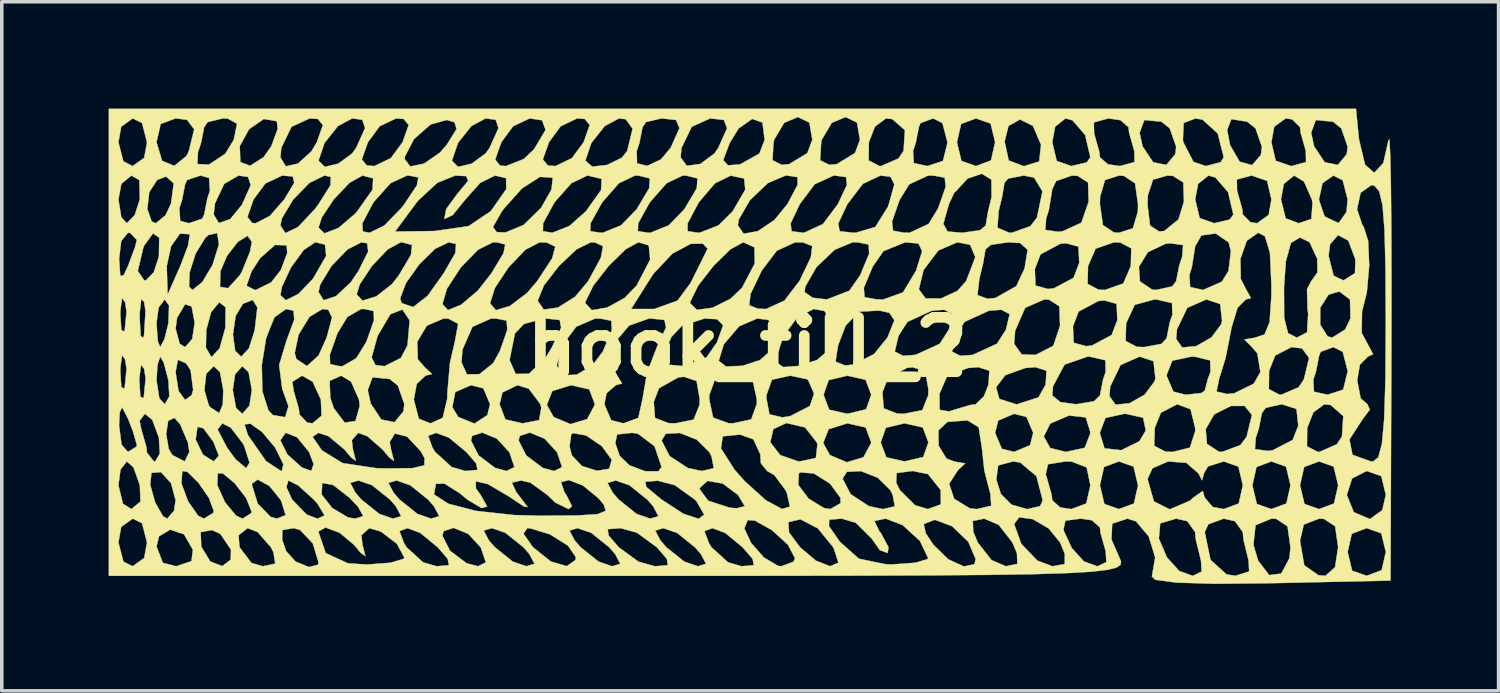
<source format=kicad_pcb>
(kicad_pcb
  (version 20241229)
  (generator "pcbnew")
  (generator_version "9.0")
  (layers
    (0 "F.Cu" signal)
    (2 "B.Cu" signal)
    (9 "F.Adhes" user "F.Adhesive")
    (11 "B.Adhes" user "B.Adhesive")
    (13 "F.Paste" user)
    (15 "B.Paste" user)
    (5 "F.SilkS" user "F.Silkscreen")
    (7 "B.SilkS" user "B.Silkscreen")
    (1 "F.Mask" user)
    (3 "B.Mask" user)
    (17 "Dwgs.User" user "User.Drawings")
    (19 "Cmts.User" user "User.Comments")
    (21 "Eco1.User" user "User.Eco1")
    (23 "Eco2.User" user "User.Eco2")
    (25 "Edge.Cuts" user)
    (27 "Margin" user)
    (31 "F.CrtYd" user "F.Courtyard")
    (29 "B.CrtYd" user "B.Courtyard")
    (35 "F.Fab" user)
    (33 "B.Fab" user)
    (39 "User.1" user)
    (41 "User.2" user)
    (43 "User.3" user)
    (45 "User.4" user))
  (footprint "hook_fill_2"
    (layer "F.Cu")
    (at 17.919 6.689)
    (property "Reference" "hook_fill_2" (at 0 0 0) (layer "F.SilkS") (effects (font (size 1.524 1.524) (thickness 0.3))))
    (attr through_hole)
    (fp_poly (pts (xy 17.161 -5.836) (xy 17.332 -5.118) (xy 17.59 -4.892) (xy 17.844 -5.163) (xy 17.988 -5.799) (xy 18.016 -5.826) (xy 18.04 -5.376) (xy 18.058 -4.506) (xy 18.07 -3.275) (xy 18.074 -1.74) (xy 18.072 -0.134) (xy 18.047 6.551) (xy 14.618 6.626) (xy 13.094 6.64) (xy 12.029 6.607) (xy 11.449 6.529) (xy 11.351 6.437) (xy 11.443 5.903) (xy 11.281 5.373) (xy 11.547 5.373) (xy 11.774 5.9) (xy 12.116 6.28) (xy 12.498 6.419) (xy 12.747 6.299) (xy 12.729 5.994) (xy 12.582 5.392) (xy 12.566 5.192) (xy 12.834 5.192) (xy 12.997 5.971) (xy 13.447 6.378) (xy 13.693 6.417) (xy 14.08 6.296) (xy 14.065 5.994) (xy 13.956 5.545) (xy 14.2 5.545) (xy 14.333 5.994) (xy 14.643 6.398) (xy 14.982 6.354) (xy 15.211 5.92) (xy 15.24 5.615) (xy 15.214 5.436) (xy 15.507 5.436) (xy 15.627 6.123) (xy 16.026 6.401) (xy 16.22 6.417) (xy 16.49 6.177) (xy 16.556 5.748) (xy 16.844 5.748) (xy 16.97 6.273) (xy 17.379 6.417) (xy 17.798 6.26) (xy 17.914 5.748) (xy 17.788 5.224) (xy 17.379 5.08) (xy 16.96 5.237) (xy 16.844 5.748) (xy 16.556 5.748) (xy 16.577 5.615) (xy 16.493 5.028) (xy 16.18 4.821) (xy 16.042 4.813) (xy 15.613 4.981) (xy 15.507 5.436) (xy 15.214 5.436) (xy 15.156 5.028) (xy 14.843 4.821) (xy 14.705 4.813) (xy 14.26 4.998) (xy 14.2 5.545) (xy 13.956 5.545) (xy 13.918 5.392) (xy 13.903 5.192) (xy 13.68 4.884) (xy 13.368 4.813) (xy 12.935 4.971) (xy 12.834 5.192) (xy 12.566 5.192) (xy 12.344 4.884) (xy 12.032 4.813) (xy 11.585 4.946) (xy 11.547 5.373) (xy 11.281 5.373) (xy 11.261 5.309) (xy 10.902 4.887) (xy 10.666 4.813) (xy 10.238 4.953) (xy 10.217 5.396) (xy 10.437 5.9) (xy 10.485 6.013) (xy 10.473 6.108) (xy 10.358 6.187) (xy 10.099 6.251) (xy 9.656 6.302) (xy 8.985 6.341) (xy 8.047 6.371) (xy 6.799 6.391) (xy 5.201 6.404) (xy 3.212 6.412) (xy 0.789 6.416) (xy -2.109 6.417) (xy -3.6 6.417) (xy -17.914 6.417) (xy -17.914 5.481) (xy -17.646 5.481) (xy -17.507 6.019) (xy -17.245 6.149) (xy -16.923 5.917) (xy -16.865 5.595) (xy -16.577 5.595) (xy -16.401 6.052) (xy -16.023 6.149) (xy -15.596 6.005) (xy -15.558 5.685) (xy -15.806 5.252) (xy -15.98 5.193) (xy -15.338 5.193) (xy -15.322 5.599) (xy -15.07 6.015) (xy -14.732 6.144) (xy -14.497 5.967) (xy -14.488 5.685) (xy -14.76 5.28) (xy -14.275 5.28) (xy -14.248 5.615) (xy -13.914 6.056) (xy -13.595 6.149) (xy -13.245 6.075) (xy -13.297 5.756) (xy -13.368 5.615) (xy -13.554 5.403) (xy -13.053 5.403) (xy -12.939 5.727) (xy -12.676 6.017) (xy -12.3 6.171) (xy -12.048 6.107) (xy -12.032 6.038) (xy -12.193 5.507) (xy -12.493 5.192) (xy -12.032 5.192) (xy -11.83 5.78) (xy -11.208 6.066) (xy -10.673 6.101) (xy -10.011 6.05) (xy -9.649 5.943) (xy -9.625 5.904) (xy -9.834 5.517) (xy -10.283 5.175) (xy -10.324 5.163) (xy -9.759 5.163) (xy -9.634 5.498) (xy -9.563 5.615) (xy -9.098 6.039) (xy -8.717 6.149) (xy -8.373 6.12) (xy -8.408 5.941) (xy -8.689 5.615) (xy -9.079 5.294) (xy -8.556 5.294) (xy -8.343 5.713) (xy -7.878 6.064) (xy -7.557 6.149) (xy -7.337 6.041) (xy -7.473 5.639) (xy -7.486 5.615) (xy -7.829 5.242) (xy -8.057 5.148) (xy -7.397 5.148) (xy -7.252 5.423) (xy -7.085 5.615) (xy -6.582 6.018) (xy -6.2 6.149) (xy -5.971 6.081) (xy -6.117 5.806) (xy -6.283 5.615) (xy -6.76 5.233) (xy -6.281 5.233) (xy -6.016 5.615) (xy -5.515 6.015) (xy -5.064 6.146) (xy -4.822 5.973) (xy -4.813 5.892) (xy -5.032 5.571) (xy -5.536 5.255) (xy -5.883 5.148) (xy -4.991 5.148) (xy -4.845 5.423) (xy -4.679 5.615) (xy -4.175 6.018) (xy -3.794 6.149) (xy -3.565 6.081) (xy -3.71 5.806) (xy -3.877 5.615) (xy -4.38 5.211) (xy -4.677 5.109) (xy -3.919 5.109) (xy -3.891 5.287) (xy -3.609 5.615) (xy -3.052 6.022) (xy -2.591 6.149) (xy -2.23 6.12) (xy -2.258 5.942) (xy -2.54 5.615) (xy -3.098 5.207) (xy -3.313 5.148) (xy -2.585 5.148) (xy -2.439 5.423) (xy -2.273 5.615) (xy -1.769 6.018) (xy -1.388 6.149) (xy -1.158 6.081) (xy -1.304 5.806) (xy -1.471 5.615) (xy -1.974 5.211) (xy -2.116 5.163) (xy -1.203 5.163) (xy -1.078 5.498) (xy -1.007 5.615) (xy -0.542 6.039) (xy -0.162 6.149) (xy 0.182 6.12) (xy 0.148 5.941) (xy -0.134 5.615) (xy -0.622 5.213) (xy -0.954 5.089) (xy -0.084 5.089) (xy 0.107 5.496) (xy 0.463 5.902) (xy 0.859 6.137) (xy 0.951 6.149) (xy 1.297 6.023) (xy 1.337 5.924) (xy 1.139 5.547) (xy 0.693 5.137) (xy 0.291 4.912) (xy 1.149 4.912) (xy 1.172 5.203) (xy 1.483 5.619) (xy 1.922 5.991) (xy 2.323 6.149) (xy 2.554 6.05) (xy 2.434 5.667) (xy 2.398 5.6) (xy 1.977 5.085) (xy 1.86 5.024) (xy 2.292 5.024) (xy 2.594 5.46) (xy 3.129 5.937) (xy 3.89 6.095) (xy 4.077 6.097) (xy 4.72 6.05) (xy 5.057 5.948) (xy 5.071 5.917) (xy 4.841 5.436) (xy 4.354 4.992) (xy 4.289 4.967) (xy 4.95 4.967) (xy 5.007 5.225) (xy 5.222 5.548) (xy 5.635 5.952) (xy 6.076 6.154) (xy 6.37 6.094) (xy 6.408 5.949) (xy 6.198 5.461) (xy 5.748 5.028) (xy 5.357 4.879) (xy 6.327 4.879) (xy 6.339 5.179) (xy 6.465 5.481) (xy 6.852 5.977) (xy 7.256 6.149) (xy 7.577 6.083) (xy 7.564 5.783) (xy 7.438 5.481) (xy 7.051 4.985) (xy 7.001 4.964) (xy 7.486 4.964) (xy 7.685 5.518) (xy 8.137 5.99) (xy 8.559 6.149) (xy 8.906 6.088) (xy 8.907 5.801) (xy 8.775 5.481) (xy 8.487 5.128) (xy 8.868 5.128) (xy 9.1 5.632) (xy 9.443 6.013) (xy 9.825 6.152) (xy 10.073 6.032) (xy 10.055 5.727) (xy 9.911 5.217) (xy 9.893 5.058) (xy 9.669 4.859) (xy 9.358 4.813) (xy 8.925 4.87) (xy 8.868 5.128) (xy 8.487 5.128) (xy 8.454 5.088) (xy 8.011 4.828) (xy 7.628 4.775) (xy 7.486 4.964) (xy 7.001 4.964) (xy 6.647 4.813) (xy 6.327 4.879) (xy 5.357 4.879) (xy 5.279 4.85) (xy 5.227 4.856) (xy 4.95 4.967) (xy 4.289 4.967) (xy 3.881 4.813) (xy 3.567 4.878) (xy 3.699 5.159) (xy 3.749 5.22) (xy 3.961 5.618) (xy 3.937 5.778) (xy 3.717 5.695) (xy 3.488 5.37) (xy 3.044 4.93) (xy 2.652 4.813) (xy 2.297 4.842) (xy 2.292 5.024) (xy 1.86 5.024) (xy 1.49 4.832) (xy 1.149 4.912) (xy 0.291 4.912) (xy 0.218 4.871) (xy 0.011 4.853) (xy -0.084 5.089) (xy -0.954 5.089) (xy -0.979 5.08) (xy -1.203 5.163) (xy -2.116 5.163) (xy -2.356 5.08) (xy -2.585 5.148) (xy -3.313 5.148) (xy -3.559 5.08) (xy -3.919 5.109) (xy -4.677 5.109) (xy -4.762 5.08) (xy -4.991 5.148) (xy -5.883 5.148) (xy -6.089 5.085) (xy -6.173 5.08) (xy -6.281 5.233) (xy -6.76 5.233) (xy -6.787 5.211) (xy -7.168 5.08) (xy -7.397 5.148) (xy -8.057 5.148) (xy -8.241 5.072) (xy -8.523 5.165) (xy -8.556 5.294) (xy -9.079 5.294) (xy -9.178 5.213) (xy -9.535 5.08) (xy -9.759 5.163) (xy -10.324 5.163) (xy -10.606 5.08) (xy -10.829 5.279) (xy -10.798 5.548) (xy -10.716 5.867) (xy -10.851 5.769) (xy -11.037 5.548) (xy -11.437 5.211) (xy -11.835 5.062) (xy -12.031 5.173) (xy -12.032 5.192) (xy -12.493 5.192) (xy -12.552 5.13) (xy -12.729 5.08) (xy -13.045 5.132) (xy -13.053 5.403) (xy -13.554 5.403) (xy -13.741 5.189) (xy -14.021 5.08) (xy -14.275 5.28) (xy -14.76 5.28) (xy -14.786 5.241) (xy -15.022 5.134) (xy -15.338 5.193) (xy -15.98 5.193) (xy -16.192 5.121) (xy -16.507 5.309) (xy -16.577 5.595) (xy -16.865 5.595) (xy -16.844 5.481) (xy -16.984 4.943) (xy -17.245 4.813) (xy -17.568 5.045) (xy -17.646 5.481) (xy -17.914 5.481) (xy -17.914 3.877) (xy -17.646 3.877) (xy -17.52 4.394) (xy -17.282 4.545) (xy -17.028 4.334) (xy -17.046 3.877) (xy -17.052 3.859) (xy -16.755 3.859) (xy -16.616 4.357) (xy -16.395 4.745) (xy -16.278 4.813) (xy -16.084 4.589) (xy -16.042 4.294) (xy -16.17 3.824) (xy -15.879 3.824) (xy -15.691 4.329) (xy -15.41 4.731) (xy -15.249 4.813) (xy -14.982 4.651) (xy -14.973 4.596) (xy -15.106 4.233) (xy -15.357 3.87) (xy -14.873 3.87) (xy -14.658 4.348) (xy -14.344 4.731) (xy -14.161 4.813) (xy -13.916 4.655) (xy -13.912 4.612) (xy -14.065 4.233) (xy -14.357 3.855) (xy -13.903 3.855) (xy -13.739 4.39) (xy -13.373 4.765) (xy -13.197 4.813) (xy -12.955 4.713) (xy -13.073 4.33) (xy -13.101 4.278) (xy -13.384 3.929) (xy -12.934 3.929) (xy -12.772 4.278) (xy -12.363 4.699) (xy -12.06 4.813) (xy -11.861 4.725) (xy -12.054 4.404) (xy -12.165 4.278) (xy -12.321 4.136) (xy -11.944 4.136) (xy -11.647 4.515) (xy -11.203 4.779) (xy -11.004 4.813) (xy -10.776 4.743) (xy -10.926 4.475) (xy -11.163 4.226) (xy -11.62 3.87) (xy -11.921 3.812) (xy -11.929 3.818) (xy -11.944 4.136) (xy -12.321 4.136) (xy -12.602 3.88) (xy -12.74 3.811) (xy -11.141 3.811) (xy -10.995 4.086) (xy -10.828 4.278) (xy -10.325 4.681) (xy -9.943 4.813) (xy -9.714 4.745) (xy -9.86 4.469) (xy -10.026 4.278) (xy -10.53 3.875) (xy -10.714 3.811) (xy -10.071 3.811) (xy -9.925 4.086) (xy -9.759 4.278) (xy -9.255 4.681) (xy -8.874 4.813) (xy -8.645 4.745) (xy -8.79 4.469) (xy -8.957 4.278) (xy -9.137 4.134) (xy -8.791 4.134) (xy -8.389 4.395) (xy -7.612 4.596) (xy -6.539 4.713) (xy -5.837 4.731) (xy -4.796 4.725) (xy -4.204 4.688) (xy -3.975 4.595) (xy -4.026 4.421) (xy -4.181 4.237) (xy -4.615 3.883) (xy -4.8 3.811) (xy -3.922 3.811) (xy -3.776 4.086) (xy -3.609 4.278) (xy -3.106 4.681) (xy -2.724 4.813) (xy -2.495 4.745) (xy -2.641 4.469) (xy -2.807 4.278) (xy -3.311 3.875) (xy -3.589 3.779) (xy -2.866 3.779) (xy -2.831 3.926) (xy -2.406 4.278) (xy -1.794 4.676) (xy -1.365 4.818) (xy -1.21 4.703) (xy -1.423 4.332) (xy -1.471 4.278) (xy -1.876 3.988) (xy -1.337 3.988) (xy -1.099 4.309) (xy -0.498 4.505) (xy -0.301 4.524) (xy -0.073 4.465) (xy -0.251 4.164) (xy -0.267 4.144) (xy -0.692 3.828) (xy -1.117 3.754) (xy -1.335 3.952) (xy -1.337 3.988) (xy -1.876 3.988) (xy -2.038 3.872) (xy -2.515 3.749) (xy -2.866 3.779) (xy -3.589 3.779) (xy -3.692 3.743) (xy -3.922 3.811) (xy -4.8 3.811) (xy -5.01 3.73) (xy -5.227 3.792) (xy -5.128 4.083) (xy -5.08 4.144) (xy -4.92 4.467) (xy -5.015 4.545) (xy -5.392 4.361) (xy -5.615 4.144) (xy -6.087 3.804) (xy -6.349 3.743) (xy -6.607 3.804) (xy -6.478 4.077) (xy -6.383 4.198) (xy -6.164 4.489) (xy -6.268 4.472) (xy -6.677 4.198) (xy -7.282 3.843) (xy -7.619 3.765) (xy -7.614 3.967) (xy -7.486 4.144) (xy -7.298 4.474) (xy -7.455 4.517) (xy -7.854 4.281) (xy -8.068 4.101) (xy -8.501 3.828) (xy -8.738 3.837) (xy -8.791 4.134) (xy -9.137 4.134) (xy -9.46 3.875) (xy -9.842 3.743) (xy -10.071 3.811) (xy -10.714 3.811) (xy -10.911 3.743) (xy -11.141 3.811) (xy -12.74 3.811) (xy -12.877 3.743) (xy -12.934 3.929) (xy -13.384 3.929) (xy -13.411 3.896) (xy -13.739 3.717) (xy -13.902 3.836) (xy -13.903 3.855) (xy -14.357 3.855) (xy -14.388 3.815) (xy -14.717 3.544) (xy -14.858 3.539) (xy -14.873 3.87) (xy -15.357 3.87) (xy -15.404 3.803) (xy -15.712 3.501) (xy -15.855 3.476) (xy -15.879 3.824) (xy -16.17 3.824) (xy -16.171 3.817) (xy -16.454 3.508) (xy -16.718 3.528) (xy -16.755 3.859) (xy -17.052 3.859) (xy -17.223 3.375) (xy -17.41 3.208) (xy -17.588 3.437) (xy -17.646 3.877) (xy -17.914 3.877) (xy -17.914 2.206) (xy -17.628 2.206) (xy -17.557 2.739) (xy -17.379 2.941) (xy -17.134 2.789) (xy -17.13 2.741) (xy -17.242 2.354) (xy -17.354 2.069) (xy -17.052 2.069) (xy -17.006 2.294) (xy -16.862 2.804) (xy -16.844 2.963) (xy -16.655 3.204) (xy -16.614 3.208) (xy -16.485 2.986) (xy -16.511 2.54) (xy -16.55 2.437) (xy -16.307 2.437) (xy -16.235 2.858) (xy -16.131 3.03) (xy -15.786 3.207) (xy -15.657 2.939) (xy -15.698 2.67) (xy -15.731 2.594) (xy -15.479 2.594) (xy -15.275 3.016) (xy -14.972 3.208) (xy -14.829 3.047) (xy -14.985 2.651) (xy -15.237 2.312) (xy -14.863 2.312) (xy -14.594 2.827) (xy -14.358 3.148) (xy -14.063 3.399) (xy -13.968 3.241) (xy -14.117 2.776) (xy -14.158 2.697) (xy -14.494 2.262) (xy -14.673 2.169) (xy -14.109 2.169) (xy -14.011 2.473) (xy -13.504 3.199) (xy -13.084 3.475) (xy -13.062 3.476) (xy -13.018 3.288) (xy -13.243 2.832) (xy -13.259 2.807) (xy -13.416 2.62) (xy -13.101 2.62) (xy -12.907 3.009) (xy -12.502 3.375) (xy -12.236 3.476) (xy -12.168 3.282) (xy -12.299 2.941) (xy -12.631 2.533) (xy -12.663 2.519) (xy -12.199 2.519) (xy -11.94 2.894) (xy -11.937 2.898) (xy -11.356 3.255) (xy -10.399 3.399) (xy -10.173 3.405) (xy -9.401 3.397) (xy -9.063 3.318) (xy -9.055 3.118) (xy -9.17 2.913) (xy -9.55 2.51) (xy -9.634 2.489) (xy -8.957 2.489) (xy -8.832 2.824) (xy -8.761 2.941) (xy -8.296 3.365) (xy -7.915 3.476) (xy -7.571 3.446) (xy -7.606 3.267) (xy -7.887 2.941) (xy -8.277 2.62) (xy -7.754 2.62) (xy -7.541 3.039) (xy -7.076 3.39) (xy -6.755 3.476) (xy -6.535 3.367) (xy -6.671 2.966) (xy -6.684 2.941) (xy -6.98 2.62) (xy -6.417 2.62) (xy -6.204 3.039) (xy -5.739 3.39) (xy -5.418 3.476) (xy -5.198 3.367) (xy -5.334 2.966) (xy -5.347 2.941) (xy -5.486 2.79) (xy -4.989 2.79) (xy -4.924 3.036) (xy -4.642 3.336) (xy -4.223 3.469) (xy -3.876 3.414) (xy -3.804 3.161) (xy -4.084 2.777) (xy -4.201 2.698) (xy -3.704 2.698) (xy -3.581 3.053) (xy -3.306 3.318) (xy -2.866 3.483) (xy -2.497 3.484) (xy -2.406 3.364) (xy -2.605 2.779) (xy -2.817 2.62) (xy -2.406 2.62) (xy -2.181 3.058) (xy -1.665 3.395) (xy -1.274 3.476) (xy -0.942 3.398) (xy -1.003 3.072) (xy -1.069 2.941) (xy -1.173 2.839) (xy -0.741 2.839) (xy -0.359 3.439) (xy -0.068 3.767) (xy 0.523 4.299) (xy 0.973 4.542) (xy 1.196 4.476) (xy 1.107 4.085) (xy 1.069 4.011) (xy 0.961 3.865) (xy 1.429 3.865) (xy 1.719 4.251) (xy 2.149 4.515) (xy 2.328 4.545) (xy 2.616 4.38) (xy 2.613 4.23) (xy 2.319 3.829) (xy 2.097 3.69) (xy 2.674 3.69) (xy 2.899 4.127) (xy 3.415 4.464) (xy 3.806 4.545) (xy 4.138 4.468) (xy 4.077 4.141) (xy 4.011 4.011) (xy 3.799 3.802) (xy 4.176 3.802) (xy 4.278 4.011) (xy 4.708 4.438) (xy 5.064 4.545) (xy 5.43 4.412) (xy 5.425 4.011) (xy 5.068 3.562) (xy 4.638 3.476) (xy 4.189 3.534) (xy 4.176 3.802) (xy 3.799 3.802) (xy 3.662 3.667) (xy 3.187 3.48) (xy 2.793 3.499) (xy 2.674 3.69) (xy 2.097 3.69) (xy 1.867 3.546) (xy 1.488 3.515) (xy 1.445 3.546) (xy 1.429 3.865) (xy 0.961 3.865) (xy 0.755 3.588) (xy 0.555 3.476) (xy 0.379 3.257) (xy 0.364 3.008) (xy 0.208 2.67) (xy 0.644 2.67) (xy 0.924 3.031) (xy 1.431 3.207) (xy 1.474 3.208) (xy 1.922 3.111) (xy 1.965 2.739) (xy 1.953 2.69) (xy 2.129 2.69) (xy 2.317 3.03) (xy 2.792 3.231) (xy 3.259 3.09) (xy 3.476 2.684) (xy 3.476 2.674) (xy 3.743 2.674) (xy 3.9 3.093) (xy 4.412 3.208) (xy 4.936 3.083) (xy 5.08 2.674) (xy 4.954 2.337) (xy 5.361 2.337) (xy 5.367 2.763) (xy 5.587 3.127) (xy 5.815 3.213) (xy 6.115 3.263) (xy 5.912 3.451) (xy 5.91 3.453) (xy 5.662 3.836) (xy 5.804 4.257) (xy 6.243 4.524) (xy 6.437 4.545) (xy 6.843 4.452) (xy 6.819 4.103) (xy 6.808 4.077) (xy 6.715 3.716) (xy 6.986 3.716) (xy 7.114 4.122) (xy 7.41 4.42) (xy 7.855 4.546) (xy 8.213 4.463) (xy 8.288 4.3) (xy 8.11 3.618) (xy 8.054 3.572) (xy 8.373 3.572) (xy 8.393 3.631) (xy 8.538 4.141) (xy 8.556 4.3) (xy 8.78 4.499) (xy 9.091 4.545) (xy 9.51 4.389) (xy 9.625 3.877) (xy 9.893 3.877) (xy 10.018 4.401) (xy 10.427 4.545) (xy 10.847 4.389) (xy 10.962 3.877) (xy 10.919 3.699) (xy 11.229 3.699) (xy 11.408 4.329) (xy 11.852 4.552) (xy 12.419 4.311) (xy 12.513 4.224) (xy 12.778 4.038) (xy 12.834 4.224) (xy 13.057 4.485) (xy 13.368 4.545) (xy 13.788 4.389) (xy 13.903 3.877) (xy 14.171 3.877) (xy 14.296 4.401) (xy 14.705 4.545) (xy 15.125 4.389) (xy 15.24 3.877) (xy 15.507 3.877) (xy 15.633 4.401) (xy 16.042 4.545) (xy 16.461 4.389) (xy 16.515 4.15) (xy 16.821 4.15) (xy 17.015 4.627) (xy 17.022 4.634) (xy 17.469 4.825) (xy 17.816 4.574) (xy 17.914 4.144) (xy 17.788 3.62) (xy 17.379 3.476) (xy 16.968 3.685) (xy 16.821 4.15) (xy 16.515 4.15) (xy 16.577 3.877) (xy 16.452 3.353) (xy 16.042 3.208) (xy 15.623 3.365) (xy 15.507 3.877) (xy 15.24 3.877) (xy 15.115 3.353) (xy 14.705 3.208) (xy 14.286 3.365) (xy 14.171 3.877) (xy 13.903 3.877) (xy 13.778 3.353) (xy 13.368 3.208) (xy 12.924 3.349) (xy 12.813 3.543) (xy 12.759 3.74) (xy 12.657 3.543) (xy 12.317 3.247) (xy 11.807 3.209) (xy 11.368 3.4) (xy 11.229 3.699) (xy 10.919 3.699) (xy 10.837 3.353) (xy 10.427 3.208) (xy 10.008 3.365) (xy 9.893 3.877) (xy 9.625 3.877) (xy 9.521 3.375) (xy 9.101 3.214) (xy 8.928 3.208) (xy 8.435 3.288) (xy 8.373 3.572) (xy 8.054 3.572) (xy 7.657 3.239) (xy 7.458 3.208) (xy 7.038 3.32) (xy 6.986 3.716) (xy 6.715 3.716) (xy 6.65 3.466) (xy 6.579 2.807) (xy 6.516 2.406) (xy 6.952 2.406) (xy 7.141 2.853) (xy 7.486 2.941) (xy 7.933 2.752) (xy 7.995 2.509) (xy 8.318 2.509) (xy 8.499 2.831) (xy 8.937 2.941) (xy 9.468 2.826) (xy 9.621 2.425) (xy 9.893 2.425) (xy 10.021 2.84) (xy 10.489 2.893) (xy 10.491 2.893) (xy 10.742 2.769) (xy 11.417 2.769) (xy 11.73 2.933) (xy 11.935 2.941) (xy 12.418 2.821) (xy 12.565 2.363) (xy 12.566 2.303) (xy 12.862 2.303) (xy 12.896 2.715) (xy 13.234 2.936) (xy 13.321 2.941) (xy 13.532 2.863) (xy 14.243 2.863) (xy 14.607 2.913) (xy 14.734 2.898) (xy 14.957 2.783) (xy 15.703 2.783) (xy 16.005 2.94) (xy 16.051 2.941) (xy 16.537 2.729) (xy 16.63 2.593) (xy 16.895 2.593) (xy 16.979 3.021) (xy 17.493 3.207) (xy 17.557 3.208) (xy 17.702 3.098) (xy 17.804 2.723) (xy 17.869 2.016) (xy 17.904 0.908) (xy 17.914 -0.666) (xy 17.914 -0.668) (xy 17.906 -2.208) (xy 17.878 -3.289) (xy 17.822 -3.986) (xy 17.729 -4.375) (xy 17.593 -4.531) (xy 17.513 -4.545) (xy 17.209 -4.333) (xy 17.107 -3.87) (xy 17.258 -3.421) (xy 17.29 -3.387) (xy 17.419 -2.983) (xy 17.449 -2.286) (xy 17.382 -1.531) (xy 17.247 -0.999) (xy 17.239 -0.398) (xy 17.382 -0.13) (xy 17.559 0.199) (xy 17.412 0.267) (xy 17.186 0.496) (xy 17.112 0.936) (xy 17.21 1.438) (xy 17.398 1.604) (xy 17.467 1.754) (xy 17.264 2.024) (xy 16.895 2.593) (xy 16.63 2.593) (xy 16.683 2.516) (xy 16.721 1.935) (xy 16.368 1.625) (xy 16.191 1.604) (xy 15.881 1.833) (xy 15.709 2.273) (xy 15.703 2.783) (xy 14.957 2.783) (xy 15.3 2.607) (xy 15.459 2.206) (xy 15.408 1.735) (xy 14.998 1.604) (xy 14.991 1.604) (xy 14.547 1.704) (xy 14.438 1.85) (xy 14.35 2.294) (xy 14.267 2.542) (xy 14.243 2.863) (xy 13.532 2.863) (xy 13.832 2.751) (xy 14.008 2.518) (xy 14.158 1.904) (xy 13.954 1.65) (xy 13.569 1.652) (xy 13.099 1.887) (xy 12.862 2.303) (xy 12.566 2.303) (xy 12.566 2.273) (xy 12.435 1.742) (xy 12.063 1.604) (xy 11.603 1.842) (xy 11.431 2.273) (xy 11.417 2.769) (xy 10.742 2.769) (xy 11.001 2.642) (xy 11.18 2.339) (xy 11.104 1.981) (xy 10.621 1.872) (xy 10.581 1.872) (xy 10.05 1.986) (xy 9.893 2.397) (xy 9.893 2.425) (xy 9.621 2.425) (xy 9.625 2.415) (xy 9.625 2.388) (xy 9.497 1.972) (xy 9.029 1.919) (xy 9.026 1.92) (xy 8.499 2.146) (xy 8.318 2.509) (xy 7.995 2.509) (xy 8.021 2.406) (xy 7.832 1.959) (xy 7.486 1.872) (xy 7.039 2.061) (xy 6.952 2.406) (xy 6.516 2.406) (xy 6.491 2.249) (xy 6.179 2.057) (xy 5.615 2.099) (xy 5.361 2.337) (xy 4.954 2.337) (xy 4.923 2.254) (xy 4.412 2.139) (xy 3.887 2.264) (xy 3.743 2.674) (xy 3.476 2.674) (xy 3.319 2.254) (xy 2.807 2.139) (xy 2.281 2.304) (xy 2.129 2.69) (xy 1.953 2.69) (xy 1.949 2.674) (xy 1.621 2.254) (xy 1.099 2.131) (xy 0.731 2.299) (xy 0.644 2.67) (xy 0.208 2.67) (xy 0.17 2.588) (xy -0.201 2.455) (xy -0.689 2.504) (xy -0.741 2.839) (xy -1.173 2.839) (xy -1.418 2.597) (xy -1.893 2.41) (xy -2.287 2.43) (xy -2.406 2.62) (xy -2.817 2.62) (xy -3.071 2.43) (xy -3.237 2.406) (xy -3.654 2.45) (xy -3.704 2.698) (xy -4.201 2.698) (xy -4.522 2.48) (xy -4.89 2.413) (xy -4.94 2.444) (xy -4.989 2.79) (xy -5.486 2.79) (xy -5.69 2.568) (xy -6.102 2.399) (xy -6.384 2.491) (xy -6.417 2.62) (xy -6.98 2.62) (xy -7.027 2.568) (xy -7.439 2.399) (xy -7.721 2.491) (xy -7.754 2.62) (xy -8.277 2.62) (xy -8.375 2.539) (xy -8.733 2.406) (xy -8.957 2.489) (xy -9.634 2.489) (xy -9.89 2.424) (xy -10.034 2.663) (xy -9.996 2.874) (xy -9.914 3.194) (xy -10.049 3.095) (xy -10.234 2.874) (xy -10.661 2.501) (xy -10.916 2.406) (xy -11.097 2.611) (xy -11.066 2.874) (xy -10.983 3.194) (xy -11.118 3.095) (xy -11.304 2.874) (xy -11.753 2.499) (xy -12.036 2.406) (xy -12.199 2.519) (xy -12.663 2.519) (xy -12.953 2.401) (xy -13.101 2.613) (xy -13.101 2.62) (xy -13.416 2.62) (xy -13.616 2.381) (xy -13.94 2.15) (xy -14.109 2.169) (xy -14.673 2.169) (xy -14.73 2.139) (xy -14.863 2.312) (xy -15.237 2.312) (xy -15.264 2.277) (xy -15.428 2.238) (xy -15.479 2.594) (xy -15.731 2.594) (xy -15.917 2.162) (xy -16.074 1.985) (xy -16.249 2.067) (xy -16.307 2.437) (xy -16.55 2.437) (xy -16.698 2.038) (xy -16.904 1.872) (xy -17.052 2.069) (xy -17.354 2.069) (xy -17.379 2.005) (xy -17.543 1.688) (xy -17.611 1.836) (xy -17.628 2.206) (xy -17.914 2.206) (xy -17.914 0.668) (xy -17.594 0.668) (xy -17.565 1.125) (xy -17.482 1.165) (xy -17.471 1.141) (xy -17.45 0.936) (xy -17.059 0.936) (xy -17.031 1.392) (xy -16.947 1.433) (xy -16.936 1.409) (xy -16.889 0.936) (xy -16.577 0.936) (xy -16.498 1.438) (xy -16.347 1.604) (xy -16.218 1.382) (xy -16.244 0.936) (xy -16.304 0.704) (xy -16.042 0.704) (xy -15.959 1.233) (xy -15.775 1.482) (xy -15.593 1.35) (xy -15.551 1.206) (xy -15.234 1.206) (xy -15.109 1.635) (xy -15.062 1.693) (xy -14.817 1.852) (xy -14.718 1.605) (xy -14.705 1.203) (xy -14.438 1.203) (xy -14.346 1.706) (xy -14.171 1.872) (xy -13.97 1.643) (xy -13.903 1.203) (xy -13.995 0.701) (xy -14.171 0.535) (xy -14.372 0.764) (xy -14.438 1.203) (xy -14.705 1.203) (xy -14.797 0.701) (xy -14.973 0.535) (xy -15.182 0.748) (xy -15.234 1.206) (xy -15.551 1.206) (xy -15.549 1.199) (xy -15.622 0.647) (xy -15.718 0.501) (xy -13.623 0.501) (xy -13.608 1.239) (xy -13.435 1.782) (xy -13.309 1.909) (xy -12.967 1.965) (xy -12.876 1.657) (xy -13.05 1.17) (xy -13.076 0.973) (xy -12.766 0.973) (xy -12.729 1.225) (xy -12.584 1.734) (xy -12.566 1.893) (xy -12.352 2.117) (xy -12.202 2.139) (xy -11.948 1.928) (xy -11.966 1.471) (xy -12.199 0.968) (xy -12.235 0.948) (xy -11.721 0.948) (xy -11.7 1.427) (xy -11.602 1.716) (xy -11.298 2.118) (xy -10.997 2.075) (xy -10.875 1.648) (xy -10.897 1.471) (xy -11.015 1.205) (xy -10.65 1.205) (xy -10.567 1.584) (xy -10.269 2.033) (xy -9.9 2.107) (xy -9.65 1.806) (xy -9.625 1.596) (xy -9.669 1.471) (xy -9.358 1.471) (xy -9.217 2.011) (xy -8.89 2.139) (xy -8.548 1.986) (xy -8.477 1.687) (xy -8.277 1.687) (xy -8.11 1.961) (xy -7.657 2.145) (xy -7.296 1.911) (xy -7.219 1.604) (xy -6.952 1.604) (xy -6.788 2.029) (xy -6.308 2.139) (xy -5.843 2.05) (xy -5.782 1.703) (xy -5.801 1.62) (xy -5.625 1.62) (xy -5.436 1.961) (xy -4.962 2.161) (xy -4.495 2.021) (xy -4.278 1.614) (xy -4.278 1.604) (xy -4.011 1.604) (xy -3.821 2.051) (xy -3.476 2.139) (xy -3.059 1.986) (xy -2.959 1.537) (xy -2.625 1.537) (xy -2.59 1.987) (xy -2.208 2.134) (xy -2.024 2.139) (xy -1.507 2.036) (xy -1.342 1.622) (xy -1.337 1.471) (xy -1.069 1.471) (xy -0.959 1.979) (xy -0.524 2.136) (xy -0.401 2.139) (xy 0.108 2.029) (xy 0.265 1.594) (xy 0.267 1.471) (xy 0.259 1.433) (xy 0.535 1.433) (xy 0.62 1.886) (xy 0.984 1.971) (xy 1.203 1.937) (xy 1.754 1.653) (xy 1.861 1.337) (xy 2.139 1.337) (xy 2.296 1.756) (xy 2.807 1.872) (xy 3.332 1.746) (xy 3.476 1.337) (xy 3.451 1.27) (xy 3.791 1.27) (xy 3.827 1.719) (xy 4.209 1.866) (xy 4.393 1.872) (xy 4.91 1.769) (xy 5.075 1.354) (xy 5.076 1.308) (xy 5.391 1.308) (xy 5.396 1.76) (xy 5.657 1.806) (xy 5.747 1.776) (xy 6.244 1.627) (xy 6.408 1.604) (xy 6.638 1.381) (xy 6.736 1.129) (xy 6.98 1.129) (xy 7.07 1.453) (xy 7.541 1.604) (xy 7.569 1.604) (xy 8.17 1.409) (xy 8.198 1.359) (xy 8.556 1.359) (xy 8.785 1.543) (xy 9.224 1.604) (xy 9.727 1.52) (xy 9.874 1.377) (xy 10.16 1.377) (xy 10.332 1.615) (xy 10.723 1.576) (xy 11.15 1.334) (xy 11.426 0.962) (xy 11.449 0.869) (xy 11.441 0.802) (xy 11.764 0.802) (xy 11.953 1.249) (xy 12.299 1.337) (xy 12.734 1.29) (xy 12.8 1.247) (xy 13.165 1.247) (xy 13.468 1.316) (xy 13.662 1.294) (xy 13.899 1.179) (xy 14.634 1.179) (xy 14.935 1.336) (xy 14.981 1.337) (xy 15.468 1.126) (xy 15.612 0.914) (xy 15.88 0.914) (xy 15.899 1.252) (xy 16.281 1.337) (xy 16.719 1.193) (xy 16.844 0.682) (xy 16.844 0.668) (xy 16.705 0.131) (xy 16.443 0) (xy 16.087 0.133) (xy 16.042 0.246) (xy 15.954 0.694) (xy 15.88 0.914) (xy 15.612 0.914) (xy 15.762 0.305) (xy 15.563 0.036) (xy 15.271 0) (xy 14.811 0.237) (xy 14.64 0.668) (xy 14.634 1.179) (xy 13.899 1.179) (xy 14.209 1.028) (xy 14.395 0.7) (xy 14.309 0.173) (xy 14.13 -0.031) (xy 13.944 -0.214) (xy 14.237 -0.263) (xy 14.511 -0.354) (xy 14.654 -0.701) (xy 14.703 -1.424) (xy 14.705 -1.671) (xy 15.058 -1.671) (xy 15.063 -0.822) (xy 15.172 -0.391) (xy 15.413 -0.267) (xy 15.423 -0.267) (xy 15.706 -0.416) (xy 15.718 -0.63) (xy 16.074 -0.63) (xy 16.284 -0.3) (xy 16.412 -0.267) (xy 16.771 -0.491) (xy 16.922 -0.802) (xy 16.909 -1.336) (xy 16.611 -1.56) (xy 16.309 -1.471) (xy 16.075 -1.106) (xy 16.074 -0.63) (xy 15.718 -0.63) (xy 15.736 -0.933) (xy 15.718 -1.069) (xy 15.704 -1.628) (xy 15.833 -1.871) (xy 15.84 -1.872) (xy 15.994 -2.094) (xy 15.994 -2.473) (xy 15.952 -2.562) (xy 16.309 -2.562) (xy 16.45 -2.002) (xy 16.729 -1.872) (xy 17.048 -2.074) (xy 17.063 -2.452) (xy 16.862 -2.99) (xy 16.574 -3.142) (xy 16.35 -2.884) (xy 16.309 -2.562) (xy 15.952 -2.562) (xy 15.775 -2.943) (xy 15.507 -3.075) (xy 15.252 -2.923) (xy 15.11 -2.406) (xy 15.058 -1.671) (xy 14.705 -1.671) (xy 14.705 -1.738) (xy 14.663 -2.649) (xy 14.523 -3.11) (xy 14.335 -3.208) (xy 14.015 -2.985) (xy 13.835 -2.473) (xy 13.845 -1.913) (xy 13.996 -1.618) (xy 14.131 -1.374) (xy 13.986 -1.337) (xy 13.755 -1.103) (xy 13.582 -0.534) (xy 13.572 -0.468) (xy 13.42 0.304) (xy 13.238 0.892) (xy 13.165 1.247) (xy 12.8 1.247) (xy 12.834 1.225) (xy 12.917 0.911) (xy 12.996 0.69) (xy 12.987 0.373) (xy 12.559 0.269) (xy 12.461 0.267) (xy 11.923 0.382) (xy 11.764 0.785) (xy 11.764 0.802) (xy 11.441 0.802) (xy 11.396 0.395) (xy 11.009 0.267) (xy 10.474 0.502) (xy 10.183 1.107) (xy 10.16 1.377) (xy 9.874 1.377) (xy 9.893 1.359) (xy 9.981 0.911) (xy 10.055 0.69) (xy 10.044 0.368) (xy 9.607 0.268) (xy 9.549 0.267) (xy 8.901 0.491) (xy 8.577 1.1) (xy 8.556 1.359) (xy 8.198 1.359) (xy 8.37 1.054) (xy 8.394 0.663) (xy 8.085 0.563) (xy 7.802 0.586) (xy 7.236 0.789) (xy 6.98 1.129) (xy 6.736 1.129) (xy 6.766 1.054) (xy 6.79 0.663) (xy 6.481 0.563) (xy 6.195 0.586) (xy 5.608 0.809) (xy 5.391 1.308) (xy 5.076 1.308) (xy 5.08 1.185) (xy 4.993 0.684) (xy 4.64 0.566) (xy 4.478 0.583) (xy 3.938 0.887) (xy 3.791 1.27) (xy 3.451 1.27) (xy 3.319 0.918) (xy 2.807 0.802) (xy 2.283 0.927) (xy 2.139 1.337) (xy 1.861 1.337) (xy 1.872 1.306) (xy 1.697 0.906) (xy 1.203 0.802) (xy 0.691 0.915) (xy 0.536 1.348) (xy 0.535 1.433) (xy 0.259 1.433) (xy 0.157 0.962) (xy -0.278 0.805) (xy -0.401 0.802) (xy -0.91 0.913) (xy -1.067 1.347) (xy -1.069 1.471) (xy -1.337 1.471) (xy -1.337 1.452) (xy -1.424 0.951) (xy -1.776 0.834) (xy -1.938 0.85) (xy -2.479 1.155) (xy -2.625 1.537) (xy -2.959 1.537) (xy -2.941 1.457) (xy -2.816 0.726) (xy -2.638 0.259) (xy -2.371 0.259) (xy -2.261 0.489) (xy -1.781 0.535) (xy -1.389 0.383) (xy -0.802 0.383) (xy -0.598 0.545) (xy -0.137 0.525) (xy 0.193 0.418) (xy 0.802 0.418) (xy 1.006 0.561) (xy 1.467 0.526) (xy 1.816 0.408) (xy 2.474 0.408) (xy 2.741 0.515) (xy 2.976 0.49) (xy 3.554 0.197) (xy 3.612 0.125) (xy 4.137 0.125) (xy 4.371 0.245) (xy 4.719 0.218) (xy 4.924 0.125) (xy 5.741 0.125) (xy 5.975 0.245) (xy 6.323 0.218) (xy 7.003 -0.093) (xy 7.003 -0.093) (xy 7.486 -0.093) (xy 7.698 0.205) (xy 8.088 0.219) (xy 8.586 -0.037) (xy 8.767 -0.58) (xy 9.136 -0.58) (xy 9.157 -0.122) (xy 9.504 -0.027) (xy 9.671 -0.045) (xy 9.907 -0.172) (xy 10.615 -0.172) (xy 10.928 -0.008) (xy 11.133 0) (xy 11.617 -0.089) (xy 11.747 -0.227) (xy 12.032 -0.227) (xy 12.203 0.011) (xy 12.595 -0.028) (xy 13.021 -0.27) (xy 13.298 -0.642) (xy 13.32 -0.735) (xy 13.267 -1.209) (xy 12.881 -1.337) (xy 12.345 -1.102) (xy 12.055 -0.497) (xy 12.032 -0.227) (xy 11.747 -0.227) (xy 11.764 -0.246) (xy 11.852 -0.694) (xy 11.927 -0.914) (xy 11.915 -1.236) (xy 11.478 -1.336) (xy 11.423 -1.337) (xy 10.87 -1.186) (xy 10.629 -0.668) (xy 10.615 -0.172) (xy 9.907 -0.172) (xy 10.222 -0.339) (xy 10.382 -0.757) (xy 10.361 -1.215) (xy 10.014 -1.31) (xy 9.847 -1.291) (xy 9.295 -0.997) (xy 9.136 -0.58) (xy 8.767 -0.58) (xy 8.774 -0.602) (xy 8.755 -1.146) (xy 8.465 -1.33) (xy 8.335 -1.337) (xy 7.796 -1.103) (xy 7.514 -0.458) (xy 7.486 -0.093) (xy 7.003 -0.093) (xy 7.255 -0.485) (xy 7.36 -0.927) (xy 7.126 -1.048) (xy 6.778 -1.02) (xy 6.098 -0.709) (xy 5.846 -0.317) (xy 5.741 0.125) (xy 4.924 0.125) (xy 5.399 -0.093) (xy 5.651 -0.485) (xy 5.756 -0.927) (xy 5.522 -1.048) (xy 5.174 -1.02) (xy 4.494 -0.709) (xy 4.242 -0.317) (xy 4.137 0.125) (xy 3.612 0.125) (xy 3.931 -0.267) (xy 4.125 -0.754) (xy 3.987 -0.961) (xy 3.706 -1.025) (xy 3.133 -0.994) (xy 2.759 -0.604) (xy 2.545 -0.045) (xy 2.474 0.408) (xy 1.816 0.408) (xy 1.955 0.362) (xy 2.242 0.117) (xy 2.244 0.112) (xy 2.398 -0.627) (xy 2.162 -1.013) (xy 1.865 -1.069) (xy 1.411 -0.843) (xy 1.008 -0.304) (xy 0.806 0.334) (xy 0.802 0.418) (xy 0.193 0.418) (xy 0.352 0.367) (xy 0.64 0.112) (xy 0.64 0.112) (xy 0.788 -0.496) (xy 0.588 -0.764) (xy 0.277 -0.802) (xy -0.23 -0.583) (xy -0.659 -0.081) (xy -0.802 0.383) (xy -1.389 0.383) (xy -1.146 0.29) (xy -0.851 -0.134) (xy -0.68 -0.614) (xy -0.85 -0.783) (xy -1.199 -0.802) (xy -1.835 -0.598) (xy -2.13 -0.285) (xy -2.371 0.259) (xy -2.638 0.259) (xy -2.533 -0.013) (xy -2.282 -0.549) (xy -2.327 -0.763) (xy -2.711 -0.802) (xy -2.758 -0.802) (xy -3.318 -0.604) (xy -3.713 -0.137) (xy -3.834 0.411) (xy -3.669 0.769) (xy -3.513 1.022) (xy -3.69 1.069) (xy -3.95 1.293) (xy -4.011 1.604) (xy -4.278 1.604) (xy -4.435 1.185) (xy -4.946 1.069) (xy -5.473 1.234) (xy -5.625 1.62) (xy -5.801 1.62) (xy -5.805 1.604) (xy -6.132 1.167) (xy -6.448 1.069) (xy -6.872 1.273) (xy -6.952 1.604) (xy -7.219 1.604) (xy -7.408 1.157) (xy -7.754 1.069) (xy -8.196 1.262) (xy -8.277 1.687) (xy -8.477 1.687) (xy -8.421 1.453) (xy -8.416 1.27) (xy -8.345 0.45) (xy -8.339 0.423) (xy -8.021 0.423) (xy -7.868 0.765) (xy -7.517 0.759) (xy -7.134 0.453) (xy -7.083 0.363) (xy -6.671 0.363) (xy -6.5 0.753) (xy -6.126 0.747) (xy -5.885 0.517) (xy -5.347 0.517) (xy -5.176 0.794) (xy -4.78 0.771) (xy -4.337 0.502) (xy -4.053 0.121) (xy -3.802 -0.479) (xy -3.815 -0.739) (xy -4.125 -0.801) (xy -4.268 -0.802) (xy -4.8 -0.572) (xy -5.215 -0.024) (xy -5.347 0.517) (xy -5.885 0.517) (xy -5.663 0.304) (xy -5.481 0) (xy -5.225 -0.542) (xy -5.264 -0.76) (xy -5.64 -0.802) (xy -5.713 -0.802) (xy -6.274 -0.646) (xy -6.522 -0.379) (xy -6.671 0.363) (xy -7.083 0.363) (xy -6.945 0.116) (xy -6.734 -0.488) (xy -6.756 -0.744) (xy -7.052 -0.801) (xy -7.19 -0.802) (xy -7.714 -0.567) (xy -7.993 0.072) (xy -8.021 0.423) (xy -8.339 0.423) (xy -8.197 -0.201) (xy -8.115 -0.655) (xy -8.388 -0.798) (xy -8.52 -0.802) (xy -8.993 -0.601) (xy -9.263 -0.146) (xy -9.244 0.343) (xy -9.052 0.564) (xy -8.847 0.756) (xy -9.024 0.798) (xy -9.275 1.03) (xy -9.358 1.471) (xy -9.669 1.471) (xy -9.805 1.08) (xy -10.038 0.894) (xy -10.518 0.848) (xy -10.65 1.205) (xy -11.015 1.205) (xy -11.12 0.968) (xy -11.394 0.802) (xy -11.721 0.948) (xy -12.235 0.948) (xy -12.492 0.802) (xy -12.766 0.973) (xy -13.076 0.973) (xy -13.137 0.503) (xy -13.036 0.168) (xy -12.699 0.168) (xy -12.653 0.334) (xy -12.355 0.531) (xy -12.028 0.232) (xy -12.023 0.22) (xy -11.715 0.22) (xy -11.706 0.477) (xy -11.451 0.534) (xy -11.357 0.535) (xy -10.971 0.311) (xy -10.957 0.288) (xy -10.541 0.288) (xy -10.435 0.504) (xy -10.177 0.535) (xy -9.722 0.304) (xy -9.536 -0.046) (xy -9.475 -0.75) (xy -9.677 -1.053) (xy -10.016 -0.923) (xy -10.366 -0.327) (xy -10.387 -0.267) (xy -10.541 0.288) (xy -10.957 0.288) (xy -10.688 -0.151) (xy -10.476 -0.755) (xy -10.486 -1.011) (xy -10.741 -1.069) (xy -10.835 -1.069) (xy -11.221 -0.846) (xy -11.503 -0.384) (xy -11.715 0.22) (xy -12.023 0.22) (xy -11.804 -0.267) (xy -11.653 -0.83) (xy -11.758 -1.047) (xy -11.92 -1.069) (xy -12.287 -0.847) (xy -12.591 -0.349) (xy -12.699 0.168) (xy -13.036 0.168) (xy -12.932 -0.177) (xy -12.713 -0.771) (xy -12.734 -1.023) (xy -12.946 -1.069) (xy -13.27 -0.835) (xy -13.502 -0.251) (xy -13.623 0.501) (xy -15.718 0.501) (xy -15.75 0.453) (xy -15.98 0.356) (xy -16.042 0.704) (xy -16.304 0.704) (xy -16.375 0.435) (xy -16.474 0.267) (xy -16.551 0.497) (xy -16.577 0.936) (xy -16.889 0.936) (xy -16.883 0.878) (xy -16.926 0.607) (xy -17.011 0.498) (xy -17.058 0.853) (xy -17.059 0.936) (xy -17.45 0.936) (xy -17.418 0.611) (xy -17.461 0.339) (xy -17.546 0.23) (xy -17.592 0.585) (xy -17.594 0.668) (xy -17.914 0.668) (xy -17.914 0.014) (xy -15.192 0.014) (xy -15.047 0.265) (xy -15.021 0.267) (xy -14.808 0.035) (xy -14.698 -0.355) (xy -14.433 -0.355) (xy -14.37 0.105) (xy -14.202 0.267) (xy -13.986 0.038) (xy -13.824 -0.468) (xy -13.748 -1.116) (xy -13.879 -1.323) (xy -14.153 -1.214) (xy -14.357 -0.876) (xy -14.433 -0.355) (xy -14.698 -0.355) (xy -14.65 -0.526) (xy -14.647 -0.542) (xy -14.638 -1.116) (xy -14.817 -1.257) (xy -15.046 -0.98) (xy -15.181 -0.479) (xy -15.192 0.014) (xy -17.914 0.014) (xy -17.914 -0.936) (xy -17.594 -0.936) (xy -17.565 -0.479) (xy -17.482 -0.439) (xy -17.471 -0.463) (xy -17.437 -0.802) (xy -17.05 -0.802) (xy -17.022 -0.316) (xy -16.952 -0.258) (xy -16.927 -0.334) (xy -16.907 -0.668) (xy -16.577 -0.668) (xy -16.542 -0.165) (xy -16.474 0) (xy -16.354 -0.227) (xy -16.281 -0.519) (xy -16.042 -0.519) (xy -15.927 -0.093) (xy -15.775 0) (xy -15.575 -0.229) (xy -15.507 -0.684) (xy -15.592 -1.139) (xy -15.775 -1.203) (xy -15.999 -0.826) (xy -16.042 -0.519) (xy -16.281 -0.519) (xy -16.244 -0.668) (xy -16.226 -1.165) (xy -16.347 -1.337) (xy -16.52 -1.108) (xy -16.577 -0.668) (xy -16.907 -0.668) (xy -16.886 -1.012) (xy -16.927 -1.27) (xy -17.005 -1.353) (xy -17.047 -0.984) (xy -17.05 -0.802) (xy -17.437 -0.802) (xy -17.418 -0.994) (xy -17.461 -1.265) (xy -17.546 -1.374) (xy -17.592 -1.019) (xy -17.594 -0.936) (xy -17.914 -0.936) (xy -17.914 -1.458) (xy -13.101 -1.458) (xy -12.949 -1.315) (xy -12.597 -1.49) (xy -12.544 -1.545) (xy -12.032 -1.545) (xy -11.886 -1.314) (xy -11.539 -1.43) (xy -11.487 -1.48) (xy -10.962 -1.48) (xy -10.797 -1.304) (xy -10.592 -1.367) (xy -9.741 -1.367) (xy -9.701 -1.234) (xy -9.375 -1.125) (xy -9.267 -1.209) (xy -8.556 -1.209) (xy -8.402 -1.038) (xy -8.029 -1.189) (xy -7.982 -1.229) (xy -7.219 -1.229) (xy -7.055 -1.035) (xy -6.662 -1.153) (xy -6.467 -1.301) (xy -5.882 -1.301) (xy -5.713 -1.053) (xy -5.312 -1.11) (xy -5.124 -1.229) (xy -4.545 -1.229) (xy -4.363 -1.037) (xy -4.169 -1.069) (xy -3.261 -1.069) (xy -2.609 -1.069) (xy -2.166 -1.229) (xy -1.604 -1.229) (xy -1.415 -1.045) (xy -0.975 -1.105) (xy -0.834 -1.175) (xy 0.051 -1.175) (xy 0.301 -1.076) (xy 0.528 -1.069) (xy 1.045 -1.307) (xy 1.225 -1.545) (xy 1.604 -1.545) (xy 1.832 -1.385) (xy 2.23 -1.337) (xy 2.863 -1.582) (xy 2.917 -1.66) (xy 3.268 -1.66) (xy 3.291 -1.4) (xy 3.636 -1.338) (xy 3.818 -1.337) (xy 4.368 -1.535) (xy 4.42 -1.622) (xy 4.813 -1.622) (xy 5.002 -1.365) (xy 5.434 -1.364) (xy 5.64 -1.46) (xy 6.457 -1.46) (xy 6.739 -1.356) (xy 6.963 -1.38) (xy 7.546 -1.71) (xy 7.769 -2.184) (xy 8.066 -2.184) (xy 8.087 -1.726) (xy 8.435 -1.631) (xy 8.601 -1.65) (xy 8.835 -1.774) (xy 9.547 -1.774) (xy 9.855 -1.611) (xy 10.032 -1.604) (xy 10.548 -1.785) (xy 10.751 -2.253) (xy 10.987 -2.253) (xy 11.016 -1.843) (xy 11.361 -1.613) (xy 11.478 -1.604) (xy 11.923 -1.704) (xy 12.032 -1.85) (xy 12.067 -2.027) (xy 12.404 -2.027) (xy 12.424 -1.686) (xy 12.787 -1.604) (xy 13.313 -1.834) (xy 13.501 -2.137) (xy 13.568 -2.693) (xy 13.504 -2.939) (xy 13.142 -3.188) (xy 12.741 -3.133) (xy 12.566 -2.829) (xy 12.473 -2.241) (xy 12.404 -2.027) (xy 12.067 -2.027) (xy 12.12 -2.294) (xy 12.203 -2.542) (xy 12.226 -2.863) (xy 11.863 -2.913) (xy 11.735 -2.898) (xy 11.239 -2.664) (xy 10.987 -2.253) (xy 10.751 -2.253) (xy 10.76 -2.273) (xy 10.773 -2.771) (xy 10.465 -2.934) (xy 10.288 -2.941) (xy 9.772 -2.76) (xy 9.56 -2.273) (xy 9.547 -1.774) (xy 8.835 -1.774) (xy 9.153 -1.944) (xy 9.312 -2.361) (xy 9.292 -2.819) (xy 8.944 -2.914) (xy 8.778 -2.896) (xy 8.226 -2.602) (xy 8.066 -2.184) (xy 7.769 -2.184) (xy 7.779 -2.206) (xy 7.864 -2.731) (xy 7.653 -2.921) (xy 7.33 -2.941) (xy 6.836 -2.87) (xy 6.681 -2.741) (xy 6.615 -2.348) (xy 6.51 -1.915) (xy 6.457 -1.46) (xy 5.64 -1.46) (xy 5.899 -1.581) (xy 6.14 -1.854) (xy 6.396 -2.525) (xy 6.251 -2.871) (xy 5.892 -2.941) (xy 5.36 -2.711) (xy 4.945 -2.163) (xy 4.813 -1.622) (xy 4.42 -1.622) (xy 4.731 -2.139) (xy 4.904 -2.69) (xy 4.803 -2.906) (xy 4.431 -2.941) (xy 3.819 -2.692) (xy 3.519 -2.26) (xy 3.268 -1.66) (xy 2.917 -1.66) (xy 3.166 -2.018) (xy 3.417 -2.618) (xy 3.405 -2.878) (xy 3.097 -2.94) (xy 2.956 -2.941) (xy 2.453 -2.732) (xy 1.942 -2.248) (xy 1.629 -1.702) (xy 1.604 -1.545) (xy 1.225 -1.545) (xy 1.464 -1.858) (xy 1.781 -2.518) (xy 1.821 -2.835) (xy 1.57 -2.935) (xy 1.344 -2.941) (xy 0.826 -2.703) (xy 0.408 -2.152) (xy 0.091 -1.493) (xy 0.051 -1.175) (xy -0.834 -1.175) (xy -0.476 -1.353) (xy -0.149 -1.664) (xy 0.209 -2.347) (xy 0.2 -2.799) (xy -0.115 -2.941) (xy -0.475 -2.744) (xy -0.951 -2.276) (xy -1.38 -1.725) (xy -1.599 -1.278) (xy -1.604 -1.229) (xy -2.166 -1.229) (xy -1.959 -1.303) (xy -1.589 -1.805) (xy -1.294 -2.398) (xy -1.115 -2.763) (xy -1.247 -2.903) (xy -1.588 -2.897) (xy -2.104 -2.622) (xy -2.632 -2.06) (xy -2.713 -1.938) (xy -3.261 -1.069) (xy -4.169 -1.069) (xy -3.936 -1.108) (xy -3.445 -1.378) (xy -3.105 -1.728) (xy -2.727 -2.457) (xy -2.766 -2.855) (xy -3.057 -2.941) (xy -3.416 -2.744) (xy -3.892 -2.276) (xy -4.321 -1.725) (xy -4.54 -1.278) (xy -4.545 -1.229) (xy -5.124 -1.229) (xy -4.835 -1.411) (xy -4.469 -1.846) (xy -4.111 -2.505) (xy -4.049 -2.833) (xy -4.275 -2.937) (xy -4.392 -2.941) (xy -4.791 -2.743) (xy -5.287 -2.275) (xy -5.709 -1.728) (xy -5.882 -1.301) (xy -6.467 -1.301) (xy -6.185 -1.514) (xy -5.9 -1.846) (xy -5.477 -2.489) (xy -5.389 -2.818) (xy -5.628 -2.933) (xy -5.824 -2.941) (xy -6.226 -2.733) (xy -6.699 -2.24) (xy -7.083 -1.659) (xy -7.219 -1.229) (xy -7.982 -1.229) (xy -7.566 -1.581) (xy -7.18 -2.072) (xy -6.843 -2.634) (xy -6.793 -2.88) (xy -7.022 -2.94) (xy -7.135 -2.941) (xy -7.557 -2.731) (xy -8.042 -2.232) (xy -8.427 -1.64) (xy -8.556 -1.209) (xy -9.267 -1.209) (xy -8.971 -1.438) (xy -8.516 -2.077) (xy -8.193 -2.642) (xy -8.175 -2.893) (xy -8.378 -2.941) (xy -8.763 -2.757) (xy -9.207 -2.32) (xy -9.577 -1.799) (xy -9.741 -1.367) (xy -10.592 -1.367) (xy -10.412 -1.422) (xy -9.978 -1.76) (xy -9.79 -1.996) (xy -9.438 -2.588) (xy -9.409 -2.867) (xy -9.694 -2.941) (xy -9.728 -2.941) (xy -10.09 -2.741) (xy -10.53 -2.279) (xy -10.874 -1.763) (xy -10.962 -1.48) (xy -11.487 -1.48) (xy -11.124 -1.822) (xy -10.908 -2.141) (xy -10.638 -2.686) (xy -10.668 -2.912) (xy -10.826 -2.941) (xy -11.224 -2.737) (xy -11.672 -2.269) (xy -11.985 -1.752) (xy -12.032 -1.545) (xy -12.544 -1.545) (xy -12.2 -1.904) (xy -12.18 -1.931) (xy -11.818 -2.559) (xy -11.85 -2.877) (xy -12.122 -2.941) (xy -12.443 -2.728) (xy -12.804 -2.237) (xy -13.059 -1.691) (xy -13.101 -1.458) (xy -17.914 -1.458) (xy -17.914 -2.473) (xy -17.628 -2.473) (xy -17.595 -1.998) (xy -17.5 -2.014) (xy -17.443 -2.136) (xy -17.103 -2.136) (xy -16.925 -1.875) (xy -16.875 -1.872) (xy -16.654 -2.1) (xy -16.625 -2.19) (xy -16.288 -2.19) (xy -16.266 -1.471) (xy -16.167 -1.695) (xy -15.664 -1.695) (xy -15.568 -1.604) (xy -15.459 -1.691) (xy -14.795 -1.691) (xy -14.572 -1.652) (xy -14.51 -1.72) (xy -14.051 -1.72) (xy -13.821 -1.605) (xy -13.788 -1.604) (xy -13.36 -1.817) (xy -13.089 -2.162) (xy -12.909 -2.643) (xy -12.928 -2.857) (xy -13.253 -2.866) (xy -13.67 -2.495) (xy -13.911 -2.124) (xy -14.051 -1.72) (xy -14.51 -1.72) (xy -14.24 -2.016) (xy -14.18 -2.121) (xy -13.953 -2.681) (xy -13.903 -2.956) (xy -14.023 -3.122) (xy -14.296 -2.952) (xy -14.596 -2.566) (xy -14.785 -2.13) (xy -14.795 -1.691) (xy -15.459 -1.691) (xy -15.295 -1.821) (xy -15.006 -2.307) (xy -14.826 -2.883) (xy -14.875 -3.199) (xy -15.122 -3.145) (xy -15.214 -3.057) (xy -15.482 -2.62) (xy -15.649 -2.095) (xy -15.664 -1.695) (xy -16.167 -1.695) (xy -15.911 -2.273) (xy -15.694 -2.845) (xy -15.642 -3.16) (xy -15.648 -3.168) (xy -15.918 -3.183) (xy -16.167 -2.834) (xy -16.288 -2.285) (xy -16.288 -2.19) (xy -16.625 -2.19) (xy -16.511 -2.54) (xy -16.502 -3.07) (xy -16.675 -3.191) (xy -16.926 -2.845) (xy -16.949 -2.786) (xy -17.103 -2.136) (xy -17.443 -2.136) (xy -17.379 -2.273) (xy -17.185 -2.79) (xy -17.13 -3.008) (xy -17.315 -3.202) (xy -17.379 -3.208) (xy -17.567 -2.978) (xy -17.628 -2.473) (xy -17.914 -2.473) (xy -17.914 -3.416) (xy -13.101 -3.416) (xy -12.963 -3.199) (xy -12.641 -3.352) (xy -12.032 -3.352) (xy -11.867 -3.191) (xy -11.476 -3.341) (xy -11.323 -3.47) (xy -10.803 -3.47) (xy -10.79 -3.245) (xy -10.594 -3.208) (xy -10.527 -3.242) (xy -9.884 -3.242) (xy -8.769 -3.257) (xy -7.99 -3.369) (xy -7.137 -3.369) (xy -7.03 -3.226) (xy -6.784 -3.217) (xy -6.699 -3.252) (xy -5.735 -3.252) (xy -5.472 -3.208) (xy -5.359 -3.253) (xy -4.409 -3.253) (xy -4.125 -3.209) (xy -4.056 -3.208) (xy -3.945 -3.253) (xy -3.072 -3.253) (xy -2.788 -3.209) (xy -2.72 -3.208) (xy -2.612 -3.252) (xy -1.676 -3.252) (xy -1.385 -3.209) (xy -1.34 -3.208) (xy -0.814 -3.413) (xy -0.811 -3.416) (xy -0.267 -3.416) (xy -0.102 -3.181) (xy 0.292 -3.252) (xy 0.617 -3.469) (xy 1.215 -3.469) (xy 1.241 -3.25) (xy 1.569 -3.208) (xy 1.59 -3.208) (xy 2.119 -3.451) (xy 2.133 -3.468) (xy 2.551 -3.468) (xy 2.59 -3.25) (xy 2.968 -3.209) (xy 3.042 -3.208) (xy 3.591 -3.371) (xy 3.685 -3.522) (xy 4.06 -3.522) (xy 4.087 -3.266) (xy 4.399 -3.209) (xy 4.552 -3.208) (xy 5.085 -3.455) (xy 5.087 -3.458) (xy 5.499 -3.458) (xy 5.62 -3.243) (xy 6.03 -3.208) (xy 6.527 -3.279) (xy 6.614 -3.349) (xy 7.02 -3.349) (xy 7.346 -3.21) (xy 7.427 -3.208) (xy 7.644 -3.287) (xy 8.361 -3.287) (xy 8.725 -3.236) (xy 8.852 -3.252) (xy 9.372 -3.491) (xy 9.553 -4.011) (xy 9.893 -4.011) (xy 9.977 -3.423) (xy 10.289 -3.217) (xy 10.427 -3.208) (xy 10.819 -3.334) (xy 10.957 -3.803) (xy 10.962 -3.991) (xy 11.229 -3.991) (xy 11.299 -3.413) (xy 11.557 -3.243) (xy 11.697 -3.258) (xy 12.096 -3.581) (xy 12.25 -4.08) (xy 12.248 -4.144) (xy 12.566 -4.144) (xy 12.692 -3.62) (xy 13.101 -3.476) (xy 13.536 -3.579) (xy 13.636 -3.721) (xy 13.488 -4.35) (xy 13.184 -4.701) (xy 13.735 -4.701) (xy 13.741 -4.39) (xy 13.885 -3.88) (xy 13.903 -3.721) (xy 14.12 -3.503) (xy 14.304 -3.476) (xy 14.627 -3.708) (xy 14.705 -4.144) (xy 14.973 -4.144) (xy 15.106 -3.612) (xy 15.47 -3.476) (xy 15.825 -3.595) (xy 15.858 -4.04) (xy 15.841 -4.138) (xy 16.038 -4.138) (xy 16.189 -3.689) (xy 16.22 -3.654) (xy 16.592 -3.481) (xy 16.81 -3.789) (xy 16.844 -4.144) (xy 16.705 -4.682) (xy 16.443 -4.813) (xy 16.139 -4.6) (xy 16.038 -4.138) (xy 15.841 -4.138) (xy 15.84 -4.144) (xy 15.617 -4.647) (xy 15.343 -4.813) (xy 15.054 -4.581) (xy 14.973 -4.144) (xy 14.705 -4.144) (xy 14.584 -4.664) (xy 14.153 -4.813) (xy 14.142 -4.813) (xy 13.735 -4.701) (xy 13.184 -4.701) (xy 13.135 -4.758) (xy 12.939 -4.813) (xy 12.648 -4.58) (xy 12.566 -4.144) (xy 12.248 -4.144) (xy 12.233 -4.62) (xy 11.941 -4.804) (xy 11.782 -4.813) (xy 11.383 -4.697) (xy 11.238 -4.256) (xy 11.229 -3.991) (xy 10.962 -3.991) (xy 10.962 -4.011) (xy 10.878 -4.598) (xy 10.565 -4.804) (xy 10.427 -4.813) (xy 10.036 -4.687) (xy 9.898 -4.218) (xy 9.893 -4.011) (xy 9.553 -4.011) (xy 9.576 -4.077) (xy 9.56 -4.618) (xy 9.27 -4.804) (xy 9.108 -4.813) (xy 8.665 -4.659) (xy 8.556 -4.433) (xy 8.462 -3.852) (xy 8.384 -3.608) (xy 8.361 -3.287) (xy 7.644 -3.287) (xy 7.942 -3.394) (xy 8.126 -3.631) (xy 8.28 -4.37) (xy 8.046 -4.756) (xy 7.754 -4.813) (xy 7.317 -4.728) (xy 7.215 -4.612) (xy 7.149 -4.218) (xy 7.05 -3.81) (xy 7.02 -3.349) (xy 6.614 -3.349) (xy 6.688 -3.409) (xy 6.754 -3.803) (xy 6.853 -4.211) (xy 6.849 -4.699) (xy 6.578 -4.864) (xy 6.182 -4.729) (xy 5.799 -4.318) (xy 5.655 -4.011) (xy 5.499 -3.458) (xy 5.087 -3.458) (xy 5.354 -3.894) (xy 5.565 -4.499) (xy 5.538 -4.755) (xy 5.227 -4.812) (xy 5.073 -4.813) (xy 4.541 -4.566) (xy 4.271 -4.127) (xy 4.06 -3.522) (xy 3.685 -3.522) (xy 3.945 -3.939) (xy 3.97 -4.011) (xy 4.124 -4.565) (xy 4.017 -4.781) (xy 3.736 -4.813) (xy 3.241 -4.58) (xy 2.807 -4.011) (xy 2.551 -3.468) (xy 2.133 -3.468) (xy 2.54 -4.011) (xy 2.795 -4.552) (xy 2.77 -4.771) (xy 2.442 -4.813) (xy 2.42 -4.813) (xy 1.891 -4.57) (xy 1.471 -4.011) (xy 1.215 -3.469) (xy 0.617 -3.469) (xy 0.759 -3.564) (xy 1.124 -4.012) (xy 1.408 -4.549) (xy 1.409 -4.769) (xy 1.118 -4.813) (xy 1.072 -4.813) (xy 0.579 -4.604) (xy 0.072 -4.121) (xy -0.241 -3.578) (xy -0.267 -3.416) (xy -0.811 -3.416) (xy -0.416 -3.803) (xy -0.058 -4.418) (xy -0.09 -4.731) (xy -0.468 -4.811) (xy -0.908 -4.595) (xy -1.354 -4.071) (xy -1.391 -4.009) (xy -1.675 -3.472) (xy -1.676 -3.252) (xy -2.612 -3.252) (xy -2.205 -3.417) (xy -1.769 -3.867) (xy -1.419 -4.457) (xy -1.398 -4.734) (xy -1.713 -4.811) (xy -1.814 -4.813) (xy -2.263 -4.599) (xy -2.722 -4.079) (xy -2.765 -4.011) (xy -3.062 -3.474) (xy -3.072 -3.253) (xy -3.945 -3.253) (xy -3.542 -3.417) (xy -3.105 -3.867) (xy -2.755 -4.457) (xy -2.735 -4.734) (xy -3.05 -4.811) (xy -3.151 -4.813) (xy -3.6 -4.599) (xy -4.059 -4.079) (xy -4.102 -4.011) (xy -4.399 -3.474) (xy -4.409 -3.253) (xy -5.359 -3.253) (xy -4.991 -3.4) (xy -4.53 -3.81) (xy -4.105 -4.405) (xy -4.089 -4.72) (xy -4.479 -4.813) (xy -4.488 -4.813) (xy -4.937 -4.599) (xy -5.396 -4.079) (xy -5.439 -4.011) (xy -5.73 -3.474) (xy -5.735 -3.252) (xy -6.699 -3.252) (xy -6.28 -3.426) (xy -5.789 -3.904) (xy -5.495 -4.422) (xy -5.461 -4.747) (xy -5.468 -4.755) (xy -5.819 -4.776) (xy -6.325 -4.45) (xy -6.84 -3.874) (xy -6.895 -3.795) (xy -7.137 -3.369) (xy -7.99 -3.369) (xy -7.824 -3.393) (xy -7.208 -3.807) (xy -7.178 -3.842) (xy -6.764 -4.433) (xy -6.769 -4.741) (xy -7.079 -4.813) (xy -7.496 -4.607) (xy -7.917 -4.136) (xy -8.267 -3.704) (xy -8.497 -3.596) (xy -8.501 -3.599) (xy -8.449 -3.874) (xy -8.156 -4.276) (xy -7.834 -4.664) (xy -7.887 -4.798) (xy -8.197 -4.813) (xy -8.698 -4.61) (xy -9.236 -4.114) (xy -9.303 -4.027) (xy -9.884 -3.242) (xy -10.527 -3.242) (xy -10.187 -3.41) (xy -9.703 -3.906) (xy -9.625 -4.011) (xy -9.273 -4.536) (xy -9.231 -4.761) (xy -9.487 -4.812) (xy -9.549 -4.813) (xy -10.011 -4.599) (xy -10.477 -4.078) (xy -10.519 -4.011) (xy -10.803 -3.47) (xy -11.323 -3.47) (xy -11.012 -3.735) (xy -10.947 -3.81) (xy -10.517 -4.417) (xy -10.5 -4.736) (xy -10.798 -4.813) (xy -11.159 -4.612) (xy -11.6 -4.15) (xy -11.943 -3.634) (xy -12.032 -3.352) (xy -12.641 -3.352) (xy -12.611 -3.366) (xy -12.139 -3.866) (xy -12.032 -4.011) (xy -11.694 -4.544) (xy -11.688 -4.776) (xy -11.865 -4.813) (xy -12.284 -4.608) (xy -12.746 -4.137) (xy -13.059 -3.614) (xy -13.101 -3.416) (xy -17.914 -3.416) (xy -17.914 -4.144) (xy -17.646 -4.144) (xy -17.565 -3.642) (xy -17.41 -3.476) (xy -17.189 -3.704) (xy -17.134 -3.874) (xy -16.835 -3.874) (xy -16.712 -3.524) (xy -16.595 -3.476) (xy -16.326 -3.697) (xy -16.231 -3.899) (xy -15.937 -3.899) (xy -15.912 -3.541) (xy -15.67 -3.476) (xy -15.296 -3.601) (xy -15.24 -3.721) (xy -14.973 -3.721) (xy -14.829 -3.48) (xy -14.508 -3.592) (xy -14.458 -3.654) (xy -14.025 -3.654) (xy -13.897 -3.484) (xy -13.794 -3.476) (xy -13.399 -3.68) (xy -12.992 -4.144) (xy -12.713 -4.613) (xy -12.755 -4.788) (xy -13.052 -4.813) (xy -13.522 -4.591) (xy -13.855 -4.144) (xy -14.025 -3.654) (xy -14.458 -3.654) (xy -14.18 -3.993) (xy -13.934 -4.543) (xy -14.009 -4.775) (xy -14.276 -4.813) (xy -14.677 -4.581) (xy -14.938 -4.029) (xy -14.973 -3.721) (xy -15.24 -3.721) (xy -15.152 -4.169) (xy -15.078 -4.39) (xy -15.103 -4.747) (xy -15.345 -4.813) (xy -15.719 -4.688) (xy -15.775 -4.567) (xy -15.863 -4.119) (xy -15.937 -3.899) (xy -16.231 -3.899) (xy -16.169 -4.031) (xy -16.096 -4.595) (xy -16.31 -4.785) (xy -16.559 -4.69) (xy -16.781 -4.349) (xy -16.835 -3.874) (xy -17.134 -3.874) (xy -17.046 -4.144) (xy -17.058 -4.686) (xy -17.282 -4.813) (xy -17.564 -4.581) (xy -17.646 -4.144) (xy -17.914 -4.144) (xy -17.914 -5.748) (xy -17.646 -5.748) (xy -17.507 -5.211) (xy -17.245 -5.08) (xy -16.923 -5.312) (xy -16.844 -5.748) (xy -16.577 -5.748) (xy -16.422 -5.229) (xy -16.08 -5.085) (xy -16.015 -5.137) (xy -15.432 -5.137) (xy -15.109 -5.12) (xy -14.649 -5.424) (xy -14.519 -5.637) (xy -14.242 -5.637) (xy -14.225 -5.19) (xy -13.951 -5.088) (xy -13.579 -5.326) (xy -13.101 -5.326) (xy -12.95 -5.072) (xy -12.606 -5.15) (xy -12.518 -5.231) (xy -12.032 -5.231) (xy -11.858 -5.057) (xy -11.475 -5.148) (xy -11.315 -5.266) (xy -10.817 -5.266) (xy -10.677 -5.095) (xy -10.465 -5.08) (xy -10.046 -5.281) (xy -9.617 -5.281) (xy -9.459 -5.069) (xy -9.069 -5.149) (xy -8.95 -5.231) (xy -8.288 -5.231) (xy -8.115 -5.057) (xy -7.732 -5.148) (xy -7.575 -5.264) (xy -7.074 -5.264) (xy -6.941 -5.093) (xy -6.775 -5.08) (xy -6.301 -5.266) (xy -5.737 -5.266) (xy -5.597 -5.095) (xy -5.385 -5.08) (xy -5.069 -5.231) (xy -4.545 -5.231) (xy -4.353 -5.065) (xy -3.933 -5.111) (xy -3.521 -5.314) (xy -3.371 -5.503) (xy -3.103 -5.503) (xy -3.095 -5.157) (xy -2.81 -5.084) (xy -2.423 -5.267) (xy -2.374 -5.326) (xy -1.872 -5.326) (xy -1.7 -5.087) (xy -1.317 -5.14) (xy -1.174 -5.246) (xy -0.676 -5.246) (xy -0.542 -5.1) (xy -0.203 -5.128) (xy 0.002 -5.242) (xy 0.707 -5.242) (xy 0.966 -5.114) (xy 1.171 -5.133) (xy 1.352 -5.242) (xy 2.043 -5.242) (xy 2.303 -5.114) (xy 2.508 -5.133) (xy 2.681 -5.238) (xy 3.404 -5.238) (xy 3.706 -5.081) (xy 3.752 -5.08) (xy 4.239 -5.292) (xy 4.382 -5.503) (xy 4.65 -5.503) (xy 4.669 -5.165) (xy 5.051 -5.08) (xy 5.489 -5.223) (xy 5.615 -5.735) (xy 5.615 -5.748) (xy 5.882 -5.748) (xy 6.007 -5.224) (xy 6.417 -5.08) (xy 6.836 -5.237) (xy 6.952 -5.748) (xy 6.947 -5.768) (xy 7.219 -5.768) (xy 7.334 -5.237) (xy 7.745 -5.08) (xy 7.772 -5.08) (xy 8.188 -5.208) (xy 8.241 -5.676) (xy 8.24 -5.679) (xy 8.21 -5.748) (xy 8.556 -5.748) (xy 8.681 -5.224) (xy 9.091 -5.08) (xy 9.525 -5.183) (xy 9.625 -5.326) (xy 9.477 -5.954) (xy 9.174 -6.305) (xy 9.724 -6.305) (xy 9.73 -5.994) (xy 9.875 -5.485) (xy 9.893 -5.326) (xy 10.118 -5.129) (xy 10.456 -5.08) (xy 10.863 -5.192) (xy 10.857 -5.503) (xy 10.713 -6.012) (xy 10.713 -6.014) (xy 11.007 -6.014) (xy 11.089 -5.635) (xy 11.388 -5.186) (xy 11.757 -5.112) (xy 12.007 -5.413) (xy 12.032 -5.623) (xy 11.965 -5.814) (xy 12.222 -5.814) (xy 12.234 -5.748) (xy 12.518 -5.198) (xy 12.865 -5.08) (xy 13.282 -5.189) (xy 13.368 -5.326) (xy 13.198 -5.995) (xy 13.088 -6.095) (xy 13.464 -6.095) (xy 13.544 -5.67) (xy 13.814 -5.202) (xy 14.163 -5.106) (xy 14.409 -5.391) (xy 14.438 -5.623) (xy 14.394 -5.748) (xy 14.705 -5.748) (xy 14.826 -5.229) (xy 15.257 -5.08) (xy 15.269 -5.08) (xy 15.676 -5.192) (xy 15.67 -5.503) (xy 15.525 -6.012) (xy 15.525 -6.014) (xy 15.819 -6.014) (xy 15.902 -5.635) (xy 16.201 -5.186) (xy 16.569 -5.112) (xy 16.819 -5.413) (xy 16.844 -5.623) (xy 16.665 -6.139) (xy 16.432 -6.325) (xy 15.951 -6.371) (xy 15.819 -6.014) (xy 15.525 -6.014) (xy 15.507 -6.171) (xy 15.29 -6.389) (xy 15.106 -6.417) (xy 14.784 -6.184) (xy 14.705 -5.748) (xy 14.394 -5.748) (xy 14.258 -6.139) (xy 14.025 -6.325) (xy 13.581 -6.396) (xy 13.464 -6.095) (xy 13.088 -6.095) (xy 12.772 -6.382) (xy 12.575 -6.417) (xy 12.242 -6.286) (xy 12.222 -5.814) (xy 11.965 -5.814) (xy 11.852 -6.139) (xy 11.619 -6.325) (xy 11.139 -6.371) (xy 11.007 -6.014) (xy 10.713 -6.014) (xy 10.695 -6.171) (xy 10.469 -6.367) (xy 10.131 -6.417) (xy 9.724 -6.305) (xy 9.174 -6.305) (xy 9.125 -6.362) (xy 8.928 -6.417) (xy 8.637 -6.185) (xy 8.556 -5.748) (xy 8.21 -5.748) (xy 8.014 -6.206) (xy 7.651 -6.387) (xy 7.329 -6.206) (xy 7.219 -5.768) (xy 6.947 -5.768) (xy 6.826 -6.273) (xy 6.417 -6.417) (xy 5.998 -6.26) (xy 5.882 -5.748) (xy 5.615 -5.748) (xy 5.475 -6.286) (xy 5.214 -6.417) (xy 4.858 -6.284) (xy 4.813 -6.171) (xy 4.724 -5.723) (xy 4.65 -5.503) (xy 4.382 -5.503) (xy 4.384 -5.505) (xy 4.422 -6.086) (xy 4.069 -6.396) (xy 3.892 -6.417) (xy 3.582 -6.188) (xy 3.41 -5.748) (xy 3.404 -5.238) (xy 2.681 -5.238) (xy 3.019 -5.443) (xy 3.16 -5.815) (xy 3.077 -6.3) (xy 2.756 -6.455) (xy 2.37 -6.292) (xy 2.092 -5.824) (xy 2.071 -5.734) (xy 2.043 -5.242) (xy 1.352 -5.242) (xy 1.683 -5.443) (xy 1.823 -5.815) (xy 1.74 -6.3) (xy 1.419 -6.455) (xy 1.033 -6.292) (xy 0.755 -5.824) (xy 0.734 -5.734) (xy 0.707 -5.242) (xy 0.002 -5.242) (xy 0.339 -5.431) (xy 0.486 -5.815) (xy 0.425 -6.3) (xy 0.136 -6.402) (xy -0.245 -6.134) (xy -0.495 -5.729) (xy -0.676 -5.246) (xy -1.174 -5.246) (xy -0.922 -5.434) (xy -0.812 -5.597) (xy -0.568 -6.143) (xy -0.66 -6.374) (xy -1.041 -6.417) (xy -1.56 -6.182) (xy -1.848 -5.587) (xy -1.872 -5.326) (xy -2.374 -5.326) (xy -2.148 -5.597) (xy -1.905 -6.143) (xy -2.002 -6.373) (xy -2.406 -6.417) (xy -2.841 -6.314) (xy -2.941 -6.171) (xy -3.029 -5.723) (xy -3.103 -5.503) (xy -3.371 -5.503) (xy -3.22 -6.125) (xy -3.41 -6.393) (xy -3.6 -6.417) (xy -3.998 -6.204) (xy -4.377 -5.728) (xy -4.545 -5.231) (xy -5.069 -5.231) (xy -4.923 -5.301) (xy -4.594 -5.748) (xy -4.423 -6.231) (xy -4.563 -6.402) (xy -4.775 -6.417) (xy -5.237 -6.196) (xy -5.566 -5.748) (xy -5.737 -5.266) (xy -6.301 -5.266) (xy -6.273 -5.277) (xy -5.987 -5.548) (xy -5.661 -6.095) (xy -5.759 -6.364) (xy -6.107 -6.417) (xy -6.572 -6.196) (xy -6.903 -5.748) (xy -7.074 -5.264) (xy -7.575 -5.264) (xy -7.344 -5.434) (xy -7.228 -5.597) (xy -6.983 -6.146) (xy -7.06 -6.378) (xy -7.343 -6.417) (xy -7.741 -6.204) (xy -8.12 -5.728) (xy -8.288 -5.231) (xy -8.95 -5.231) (xy -8.621 -5.46) (xy -8.43 -5.682) (xy -8.157 -6.122) (xy -8.218 -6.31) (xy -8.435 -6.373) (xy -8.89 -6.245) (xy -9.355 -5.834) (xy -9.61 -5.342) (xy -9.617 -5.281) (xy -10.046 -5.281) (xy -10.003 -5.301) (xy -9.674 -5.748) (xy -9.503 -6.231) (xy -9.643 -6.402) (xy -9.855 -6.417) (xy -10.317 -6.196) (xy -10.646 -5.748) (xy -10.817 -5.266) (xy -11.315 -5.266) (xy -11.087 -5.434) (xy -10.972 -5.597) (xy -10.726 -6.146) (xy -10.803 -6.378) (xy -11.086 -6.417) (xy -11.484 -6.204) (xy -11.863 -5.728) (xy -12.032 -5.231) (xy -12.518 -5.231) (xy -12.231 -5.493) (xy -12.08 -5.748) (xy -11.909 -6.23) (xy -12.051 -6.401) (xy -12.276 -6.417) (xy -12.79 -6.182) (xy -13.077 -5.589) (xy -13.101 -5.326) (xy -13.579 -5.326) (xy -13.571 -5.331) (xy -13.356 -5.638) (xy -13.178 -6.122) (xy -13.202 -6.339) (xy -13.568 -6.4) (xy -13.981 -6.113) (xy -14.242 -5.637) (xy -14.519 -5.637) (xy -14.41 -5.815) (xy -14.318 -6.269) (xy -14.579 -6.412) (xy -14.714 -6.417) (xy -15.144 -6.312) (xy -15.24 -6.171) (xy -15.328 -5.728) (xy -15.413 -5.476) (xy -15.432 -5.137) (xy -16.015 -5.137) (xy -15.733 -5.366) (xy -15.67 -5.503) (xy -15.521 -6.11) (xy -15.722 -6.378) (xy -16.042 -6.417) (xy -16.461 -6.26) (xy -16.577 -5.748) (xy -16.844 -5.748) (xy -16.984 -6.286) (xy -17.245 -6.417) (xy -17.568 -6.184) (xy -17.646 -5.748) (xy -17.914 -5.748) (xy -17.914 -6.684) (xy 17.078 -6.684) (xy 17.161 -5.836)) (stroke (width 0.01) (type solid)) (fill yes) (layer "F.SilkS")))
  (gr_rect
    (start -3 -3)
    (end 38.998 16.334)
    (stroke (width 0.1) (type default))
    (fill no)
    (layer "Edge.Cuts")))
</source>
